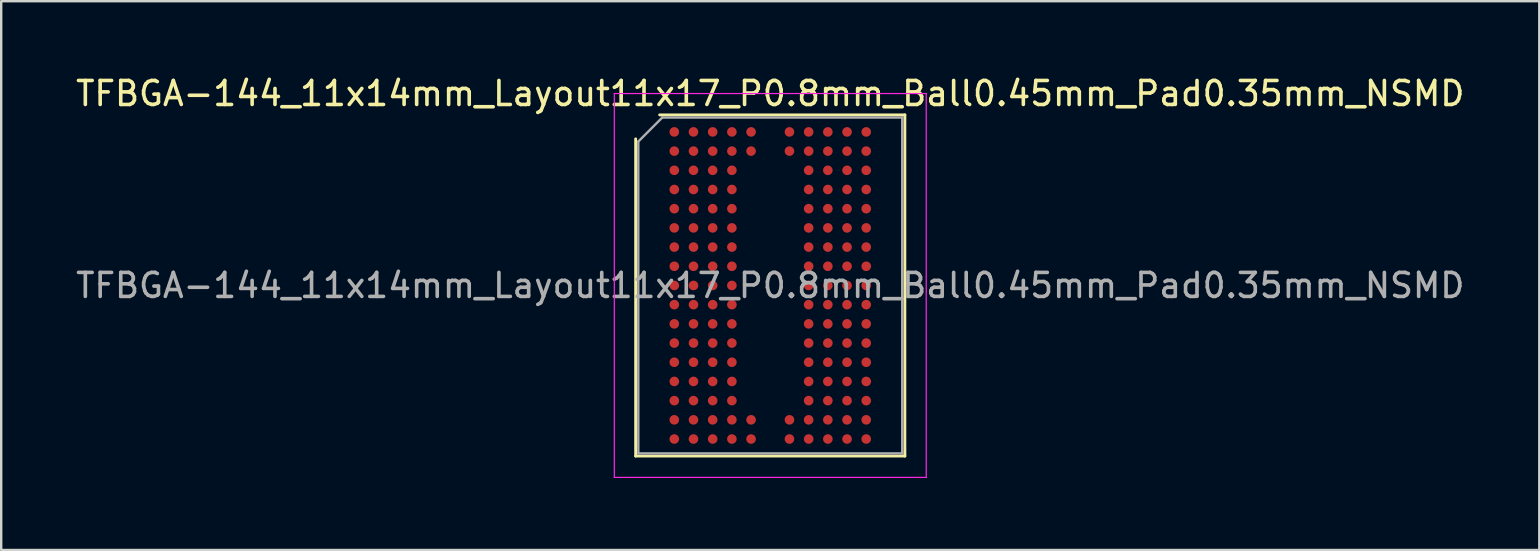
<source format=kicad_pcb>
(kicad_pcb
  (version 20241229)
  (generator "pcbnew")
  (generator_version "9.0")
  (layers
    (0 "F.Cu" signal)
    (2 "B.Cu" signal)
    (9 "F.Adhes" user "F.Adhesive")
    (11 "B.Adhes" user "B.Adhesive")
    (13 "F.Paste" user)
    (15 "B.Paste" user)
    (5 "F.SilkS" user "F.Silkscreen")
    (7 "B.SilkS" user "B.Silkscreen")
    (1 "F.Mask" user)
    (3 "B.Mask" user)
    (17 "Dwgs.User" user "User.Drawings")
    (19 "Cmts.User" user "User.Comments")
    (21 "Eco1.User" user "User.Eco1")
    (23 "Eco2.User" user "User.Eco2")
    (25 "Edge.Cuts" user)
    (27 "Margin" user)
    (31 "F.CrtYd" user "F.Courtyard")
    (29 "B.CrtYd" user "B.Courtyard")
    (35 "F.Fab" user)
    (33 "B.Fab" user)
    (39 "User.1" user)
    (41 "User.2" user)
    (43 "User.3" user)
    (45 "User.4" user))
  (footprint "TFBGA-144_11x14mm_Layout11x17_P0.8mm_Ball0.45mm_Pad0.35mm_NSMD"
    (layer "F.Cu")
    (at 29.054 8.848)
    (property "Reference" "TFBGA-144_11x14mm_Layout11x17_P0.8mm_Ball0.45mm_Pad0.35mm_NSMD" (at 0 -8 0) (layer "F.SilkS") (effects (font (size 1 1) (thickness 0.15))))
    (attr smd)
    (fp_line (start -5.61 7.11) (end -5.61 -6.11) (stroke (width 0.12) (type solid)) (layer "F.SilkS"))
    (fp_line (start -4.61 -7.11) (end 5.61 -7.11) (stroke (width 0.12) (type solid)) (layer "F.SilkS"))
    (fp_line (start 5.61 -7.11) (end 5.61 7.11) (stroke (width 0.12) (type solid)) (layer "F.SilkS"))
    (fp_line (start 5.61 7.11) (end -5.61 7.11) (stroke (width 0.12) (type solid)) (layer "F.SilkS"))
    (fp_line (start -6.5 -8) (end -6.5 8) (stroke (width 0.05) (type solid)) (layer "F.CrtYd"))
    (fp_line (start -6.5 8) (end 6.5 8) (stroke (width 0.05) (type solid)) (layer "F.CrtYd"))
    (fp_line (start 6.5 -8) (end -6.5 -8) (stroke (width 0.05) (type solid)) (layer "F.CrtYd"))
    (fp_line (start 6.5 8) (end 6.5 -8) (stroke (width 0.05) (type solid)) (layer "F.CrtYd"))
    (fp_line (start -5.5 -6) (end -4.5 -7) (stroke (width 0.1) (type solid)) (layer "F.Fab"))
    (fp_line (start -5.5 7) (end -5.5 -6) (stroke (width 0.1) (type solid)) (layer "F.Fab"))
    (fp_line (start -4.5 -7) (end 5.5 -7) (stroke (width 0.1) (type solid)) (layer "F.Fab"))
    (fp_line (start 5.5 -7) (end 5.5 7) (stroke (width 0.1) (type solid)) (layer "F.Fab"))
    (fp_line (start 5.5 7) (end -5.5 7) (stroke (width 0.1) (type solid)) (layer "F.Fab"))
    (fp_text user "${REFERENCE}" (at 0 0 0) (layer "F.Fab") (effects (font (size 1 1) (thickness 0.15))))
    (pad "A1" smd circle (at -4 -6.4) (size 0.4 0.4) (layers "F.Cu" "F.Mask" "F.Paste"))
    (pad "A2" smd circle (at -3.2 -6.4) (size 0.4 0.4) (layers "F.Cu" "F.Mask" "F.Paste"))
    (pad "A3" smd circle (at -2.4 -6.4) (size 0.4 0.4) (layers "F.Cu" "F.Mask" "F.Paste"))
    (pad "A4" smd circle (at -1.6 -6.4) (size 0.4 0.4) (layers "F.Cu" "F.Mask" "F.Paste"))
    (pad "A5" smd circle (at -0.8 -6.4) (size 0.4 0.4) (layers "F.Cu" "F.Mask" "F.Paste"))
    (pad "A7" smd circle (at 0.8 -6.4) (size 0.4 0.4) (layers "F.Cu" "F.Mask" "F.Paste"))
    (pad "A8" smd circle (at 1.6 -6.4) (size 0.4 0.4) (layers "F.Cu" "F.Mask" "F.Paste"))
    (pad "A9" smd circle (at 2.4 -6.4) (size 0.4 0.4) (layers "F.Cu" "F.Mask" "F.Paste"))
    (pad "A10" smd circle (at 3.2 -6.4) (size 0.4 0.4) (layers "F.Cu" "F.Mask" "F.Paste"))
    (pad "A11" smd circle (at 4 -6.4) (size 0.4 0.4) (layers "F.Cu" "F.Mask" "F.Paste"))
    (pad "B1" smd circle (at -4 -5.6) (size 0.4 0.4) (layers "F.Cu" "F.Mask" "F.Paste"))
    (pad "B2" smd circle (at -3.2 -5.6) (size 0.4 0.4) (layers "F.Cu" "F.Mask" "F.Paste"))
    (pad "B3" smd circle (at -2.4 -5.6) (size 0.4 0.4) (layers "F.Cu" "F.Mask" "F.Paste"))
    (pad "B4" smd circle (at -1.6 -5.6) (size 0.4 0.4) (layers "F.Cu" "F.Mask" "F.Paste"))
    (pad "B5" smd circle (at -0.8 -5.6) (size 0.4 0.4) (layers "F.Cu" "F.Mask" "F.Paste"))
    (pad "B7" smd circle (at 0.8 -5.6) (size 0.4 0.4) (layers "F.Cu" "F.Mask" "F.Paste"))
    (pad "B8" smd circle (at 1.6 -5.6) (size 0.4 0.4) (layers "F.Cu" "F.Mask" "F.Paste"))
    (pad "B9" smd circle (at 2.4 -5.6) (size 0.4 0.4) (layers "F.Cu" "F.Mask" "F.Paste"))
    (pad "B10" smd circle (at 3.2 -5.6) (size 0.4 0.4) (layers "F.Cu" "F.Mask" "F.Paste"))
    (pad "B11" smd circle (at 4 -5.6) (size 0.4 0.4) (layers "F.Cu" "F.Mask" "F.Paste"))
    (pad "C1" smd circle (at -4 -4.8) (size 0.4 0.4) (layers "F.Cu" "F.Mask" "F.Paste"))
    (pad "C2" smd circle (at -3.2 -4.8) (size 0.4 0.4) (layers "F.Cu" "F.Mask" "F.Paste"))
    (pad "C3" smd circle (at -2.4 -4.8) (size 0.4 0.4) (layers "F.Cu" "F.Mask" "F.Paste"))
    (pad "C4" smd circle (at -1.6 -4.8) (size 0.4 0.4) (layers "F.Cu" "F.Mask" "F.Paste"))
    (pad "C8" smd circle (at 1.6 -4.8) (size 0.4 0.4) (layers "F.Cu" "F.Mask" "F.Paste"))
    (pad "C9" smd circle (at 2.4 -4.8) (size 0.4 0.4) (layers "F.Cu" "F.Mask" "F.Paste"))
    (pad "C10" smd circle (at 3.2 -4.8) (size 0.4 0.4) (layers "F.Cu" "F.Mask" "F.Paste"))
    (pad "C11" smd circle (at 4 -4.8) (size 0.4 0.4) (layers "F.Cu" "F.Mask" "F.Paste"))
    (pad "D1" smd circle (at -4 -4) (size 0.4 0.4) (layers "F.Cu" "F.Mask" "F.Paste"))
    (pad "D2" smd circle (at -3.2 -4) (size 0.4 0.4) (layers "F.Cu" "F.Mask" "F.Paste"))
    (pad "D3" smd circle (at -2.4 -4) (size 0.4 0.4) (layers "F.Cu" "F.Mask" "F.Paste"))
    (pad "D4" smd circle (at -1.6 -4) (size 0.4 0.4) (layers "F.Cu" "F.Mask" "F.Paste"))
    (pad "D8" smd circle (at 1.6 -4) (size 0.4 0.4) (layers "F.Cu" "F.Mask" "F.Paste"))
    (pad "D9" smd circle (at 2.4 -4) (size 0.4 0.4) (layers "F.Cu" "F.Mask" "F.Paste"))
    (pad "D10" smd circle (at 3.2 -4) (size 0.4 0.4) (layers "F.Cu" "F.Mask" "F.Paste"))
    (pad "D11" smd circle (at 4 -4) (size 0.4 0.4) (layers "F.Cu" "F.Mask" "F.Paste"))
    (pad "E1" smd circle (at -4 -3.2) (size 0.4 0.4) (layers "F.Cu" "F.Mask" "F.Paste"))
    (pad "E2" smd circle (at -3.2 -3.2) (size 0.4 0.4) (layers "F.Cu" "F.Mask" "F.Paste"))
    (pad "E3" smd circle (at -2.4 -3.2) (size 0.4 0.4) (layers "F.Cu" "F.Mask" "F.Paste"))
    (pad "E4" smd circle (at -1.6 -3.2) (size 0.4 0.4) (layers "F.Cu" "F.Mask" "F.Paste"))
    (pad "E8" smd circle (at 1.6 -3.2) (size 0.4 0.4) (layers "F.Cu" "F.Mask" "F.Paste"))
    (pad "E9" smd circle (at 2.4 -3.2) (size 0.4 0.4) (layers "F.Cu" "F.Mask" "F.Paste"))
    (pad "E10" smd circle (at 3.2 -3.2) (size 0.4 0.4) (layers "F.Cu" "F.Mask" "F.Paste"))
    (pad "E11" smd circle (at 4 -3.2) (size 0.4 0.4) (layers "F.Cu" "F.Mask" "F.Paste"))
    (pad "F1" smd circle (at -4 -2.4) (size 0.4 0.4) (layers "F.Cu" "F.Mask" "F.Paste"))
    (pad "F2" smd circle (at -3.2 -2.4) (size 0.4 0.4) (layers "F.Cu" "F.Mask" "F.Paste"))
    (pad "F3" smd circle (at -2.4 -2.4) (size 0.4 0.4) (layers "F.Cu" "F.Mask" "F.Paste"))
    (pad "F4" smd circle (at -1.6 -2.4) (size 0.4 0.4) (layers "F.Cu" "F.Mask" "F.Paste"))
    (pad "F8" smd circle (at 1.6 -2.4) (size 0.4 0.4) (layers "F.Cu" "F.Mask" "F.Paste"))
    (pad "F9" smd circle (at 2.4 -2.4) (size 0.4 0.4) (layers "F.Cu" "F.Mask" "F.Paste"))
    (pad "F10" smd circle (at 3.2 -2.4) (size 0.4 0.4) (layers "F.Cu" "F.Mask" "F.Paste"))
    (pad "F11" smd circle (at 4 -2.4) (size 0.4 0.4) (layers "F.Cu" "F.Mask" "F.Paste"))
    (pad "G1" smd circle (at -4 -1.6) (size 0.4 0.4) (layers "F.Cu" "F.Mask" "F.Paste"))
    (pad "G2" smd circle (at -3.2 -1.6) (size 0.4 0.4) (layers "F.Cu" "F.Mask" "F.Paste"))
    (pad "G3" smd circle (at -2.4 -1.6) (size 0.4 0.4) (layers "F.Cu" "F.Mask" "F.Paste"))
    (pad "G4" smd circle (at -1.6 -1.6) (size 0.4 0.4) (layers "F.Cu" "F.Mask" "F.Paste"))
    (pad "G8" smd circle (at 1.6 -1.6) (size 0.4 0.4) (layers "F.Cu" "F.Mask" "F.Paste"))
    (pad "G9" smd circle (at 2.4 -1.6) (size 0.4 0.4) (layers "F.Cu" "F.Mask" "F.Paste"))
    (pad "G10" smd circle (at 3.2 -1.6) (size 0.4 0.4) (layers "F.Cu" "F.Mask" "F.Paste"))
    (pad "G11" smd circle (at 4 -1.6) (size 0.4 0.4) (layers "F.Cu" "F.Mask" "F.Paste"))
    (pad "H1" smd circle (at -4 -0.8) (size 0.4 0.4) (layers "F.Cu" "F.Mask" "F.Paste"))
    (pad "H2" smd circle (at -3.2 -0.8) (size 0.4 0.4) (layers "F.Cu" "F.Mask" "F.Paste"))
    (pad "H3" smd circle (at -2.4 -0.8) (size 0.4 0.4) (layers "F.Cu" "F.Mask" "F.Paste"))
    (pad "H4" smd circle (at -1.6 -0.8) (size 0.4 0.4) (layers "F.Cu" "F.Mask" "F.Paste"))
    (pad "H8" smd circle (at 1.6 -0.8) (size 0.4 0.4) (layers "F.Cu" "F.Mask" "F.Paste"))
    (pad "H9" smd circle (at 2.4 -0.8) (size 0.4 0.4) (layers "F.Cu" "F.Mask" "F.Paste"))
    (pad "H10" smd circle (at 3.2 -0.8) (size 0.4 0.4) (layers "F.Cu" "F.Mask" "F.Paste"))
    (pad "H11" smd circle (at 4 -0.8) (size 0.4 0.4) (layers "F.Cu" "F.Mask" "F.Paste"))
    (pad "J1" smd circle (at -4 0) (size 0.4 0.4) (layers "F.Cu" "F.Mask" "F.Paste"))
    (pad "J2" smd circle (at -3.2 0) (size 0.4 0.4) (layers "F.Cu" "F.Mask" "F.Paste"))
    (pad "J3" smd circle (at -2.4 0) (size 0.4 0.4) (layers "F.Cu" "F.Mask" "F.Paste"))
    (pad "J4" smd circle (at -1.6 0) (size 0.4 0.4) (layers "F.Cu" "F.Mask" "F.Paste"))
    (pad "J8" smd circle (at 1.6 0) (size 0.4 0.4) (layers "F.Cu" "F.Mask" "F.Paste"))
    (pad "J9" smd circle (at 2.4 0) (size 0.4 0.4) (layers "F.Cu" "F.Mask" "F.Paste"))
    (pad "J10" smd circle (at 3.2 0) (size 0.4 0.4) (layers "F.Cu" "F.Mask" "F.Paste"))
    (pad "J11" smd circle (at 4 0) (size 0.4 0.4) (layers "F.Cu" "F.Mask" "F.Paste"))
    (pad "K1" smd circle (at -4 0.8) (size 0.4 0.4) (layers "F.Cu" "F.Mask" "F.Paste"))
    (pad "K2" smd circle (at -3.2 0.8) (size 0.4 0.4) (layers "F.Cu" "F.Mask" "F.Paste"))
    (pad "K3" smd circle (at -2.4 0.8) (size 0.4 0.4) (layers "F.Cu" "F.Mask" "F.Paste"))
    (pad "K4" smd circle (at -1.6 0.8) (size 0.4 0.4) (layers "F.Cu" "F.Mask" "F.Paste"))
    (pad "K8" smd circle (at 1.6 0.8) (size 0.4 0.4) (layers "F.Cu" "F.Mask" "F.Paste"))
    (pad "K9" smd circle (at 2.4 0.8) (size 0.4 0.4) (layers "F.Cu" "F.Mask" "F.Paste"))
    (pad "K10" smd circle (at 3.2 0.8) (size 0.4 0.4) (layers "F.Cu" "F.Mask" "F.Paste"))
    (pad "K11" smd circle (at 4 0.8) (size 0.4 0.4) (layers "F.Cu" "F.Mask" "F.Paste"))
    (pad "L1" smd circle (at -4 1.6) (size 0.4 0.4) (layers "F.Cu" "F.Mask" "F.Paste"))
    (pad "L2" smd circle (at -3.2 1.6) (size 0.4 0.4) (layers "F.Cu" "F.Mask" "F.Paste"))
    (pad "L3" smd circle (at -2.4 1.6) (size 0.4 0.4) (layers "F.Cu" "F.Mask" "F.Paste"))
    (pad "L4" smd circle (at -1.6 1.6) (size 0.4 0.4) (layers "F.Cu" "F.Mask" "F.Paste"))
    (pad "L8" smd circle (at 1.6 1.6) (size 0.4 0.4) (layers "F.Cu" "F.Mask" "F.Paste"))
    (pad "L9" smd circle (at 2.4 1.6) (size 0.4 0.4) (layers "F.Cu" "F.Mask" "F.Paste"))
    (pad "L10" smd circle (at 3.2 1.6) (size 0.4 0.4) (layers "F.Cu" "F.Mask" "F.Paste"))
    (pad "L11" smd circle (at 4 1.6) (size 0.4 0.4) (layers "F.Cu" "F.Mask" "F.Paste"))
    (pad "M1" smd circle (at -4 2.4) (size 0.4 0.4) (layers "F.Cu" "F.Mask" "F.Paste"))
    (pad "M2" smd circle (at -3.2 2.4) (size 0.4 0.4) (layers "F.Cu" "F.Mask" "F.Paste"))
    (pad "M3" smd circle (at -2.4 2.4) (size 0.4 0.4) (layers "F.Cu" "F.Mask" "F.Paste"))
    (pad "M4" smd circle (at -1.6 2.4) (size 0.4 0.4) (layers "F.Cu" "F.Mask" "F.Paste"))
    (pad "M8" smd circle (at 1.6 2.4) (size 0.4 0.4) (layers "F.Cu" "F.Mask" "F.Paste"))
    (pad "M9" smd circle (at 2.4 2.4) (size 0.4 0.4) (layers "F.Cu" "F.Mask" "F.Paste"))
    (pad "M10" smd circle (at 3.2 2.4) (size 0.4 0.4) (layers "F.Cu" "F.Mask" "F.Paste"))
    (pad "M11" smd circle (at 4 2.4) (size 0.4 0.4) (layers "F.Cu" "F.Mask" "F.Paste"))
    (pad "N1" smd circle (at -4 3.2) (size 0.4 0.4) (layers "F.Cu" "F.Mask" "F.Paste"))
    (pad "N2" smd circle (at -3.2 3.2) (size 0.4 0.4) (layers "F.Cu" "F.Mask" "F.Paste"))
    (pad "N3" smd circle (at -2.4 3.2) (size 0.4 0.4) (layers "F.Cu" "F.Mask" "F.Paste"))
    (pad "N4" smd circle (at -1.6 3.2) (size 0.4 0.4) (layers "F.Cu" "F.Mask" "F.Paste"))
    (pad "N8" smd circle (at 1.6 3.2) (size 0.4 0.4) (layers "F.Cu" "F.Mask" "F.Paste"))
    (pad "N9" smd circle (at 2.4 3.2) (size 0.4 0.4) (layers "F.Cu" "F.Mask" "F.Paste"))
    (pad "N10" smd circle (at 3.2 3.2) (size 0.4 0.4) (layers "F.Cu" "F.Mask" "F.Paste"))
    (pad "N11" smd circle (at 4 3.2) (size 0.4 0.4) (layers "F.Cu" "F.Mask" "F.Paste"))
    (pad "P1" smd circle (at -4 4) (size 0.4 0.4) (layers "F.Cu" "F.Mask" "F.Paste"))
    (pad "P2" smd circle (at -3.2 4) (size 0.4 0.4) (layers "F.Cu" "F.Mask" "F.Paste"))
    (pad "P3" smd circle (at -2.4 4) (size 0.4 0.4) (layers "F.Cu" "F.Mask" "F.Paste"))
    (pad "P4" smd circle (at -1.6 4) (size 0.4 0.4) (layers "F.Cu" "F.Mask" "F.Paste"))
    (pad "P8" smd circle (at 1.6 4) (size 0.4 0.4) (layers "F.Cu" "F.Mask" "F.Paste"))
    (pad "P9" smd circle (at 2.4 4) (size 0.4 0.4) (layers "F.Cu" "F.Mask" "F.Paste"))
    (pad "P10" smd circle (at 3.2 4) (size 0.4 0.4) (layers "F.Cu" "F.Mask" "F.Paste"))
    (pad "P11" smd circle (at 4 4) (size 0.4 0.4) (layers "F.Cu" "F.Mask" "F.Paste"))
    (pad "R1" smd circle (at -4 4.8) (size 0.4 0.4) (layers "F.Cu" "F.Mask" "F.Paste"))
    (pad "R2" smd circle (at -3.2 4.8) (size 0.4 0.4) (layers "F.Cu" "F.Mask" "F.Paste"))
    (pad "R3" smd circle (at -2.4 4.8) (size 0.4 0.4) (layers "F.Cu" "F.Mask" "F.Paste"))
    (pad "R4" smd circle (at -1.6 4.8) (size 0.4 0.4) (layers "F.Cu" "F.Mask" "F.Paste"))
    (pad "R8" smd circle (at 1.6 4.8) (size 0.4 0.4) (layers "F.Cu" "F.Mask" "F.Paste"))
    (pad "R9" smd circle (at 2.4 4.8) (size 0.4 0.4) (layers "F.Cu" "F.Mask" "F.Paste"))
    (pad "R10" smd circle (at 3.2 4.8) (size 0.4 0.4) (layers "F.Cu" "F.Mask" "F.Paste"))
    (pad "R11" smd circle (at 4 4.8) (size 0.4 0.4) (layers "F.Cu" "F.Mask" "F.Paste"))
    (pad "T1" smd circle (at -4 5.6) (size 0.4 0.4) (layers "F.Cu" "F.Mask" "F.Paste"))
    (pad "T2" smd circle (at -3.2 5.6) (size 0.4 0.4) (layers "F.Cu" "F.Mask" "F.Paste"))
    (pad "T3" smd circle (at -2.4 5.6) (size 0.4 0.4) (layers "F.Cu" "F.Mask" "F.Paste"))
    (pad "T4" smd circle (at -1.6 5.6) (size 0.4 0.4) (layers "F.Cu" "F.Mask" "F.Paste"))
    (pad "T5" smd circle (at -0.8 5.6) (size 0.4 0.4) (layers "F.Cu" "F.Mask" "F.Paste"))
    (pad "T7" smd circle (at 0.8 5.6) (size 0.4 0.4) (layers "F.Cu" "F.Mask" "F.Paste"))
    (pad "T8" smd circle (at 1.6 5.6) (size 0.4 0.4) (layers "F.Cu" "F.Mask" "F.Paste"))
    (pad "T9" smd circle (at 2.4 5.6) (size 0.4 0.4) (layers "F.Cu" "F.Mask" "F.Paste"))
    (pad "T10" smd circle (at 3.2 5.6) (size 0.4 0.4) (layers "F.Cu" "F.Mask" "F.Paste"))
    (pad "T11" smd circle (at 4 5.6) (size 0.4 0.4) (layers "F.Cu" "F.Mask" "F.Paste"))
    (pad "U1" smd circle (at -4 6.4) (size 0.4 0.4) (layers "F.Cu" "F.Mask" "F.Paste"))
    (pad "U2" smd circle (at -3.2 6.4) (size 0.4 0.4) (layers "F.Cu" "F.Mask" "F.Paste"))
    (pad "U3" smd circle (at -2.4 6.4) (size 0.4 0.4) (layers "F.Cu" "F.Mask" "F.Paste"))
    (pad "U4" smd circle (at -1.6 6.4) (size 0.4 0.4) (layers "F.Cu" "F.Mask" "F.Paste"))
    (pad "U5" smd circle (at -0.8 6.4) (size 0.4 0.4) (layers "F.Cu" "F.Mask" "F.Paste"))
    (pad "U7" smd circle (at 0.8 6.4) (size 0.4 0.4) (layers "F.Cu" "F.Mask" "F.Paste"))
    (pad "U8" smd circle (at 1.6 6.4) (size 0.4 0.4) (layers "F.Cu" "F.Mask" "F.Paste"))
    (pad "U9" smd circle (at 2.4 6.4) (size 0.4 0.4) (layers "F.Cu" "F.Mask" "F.Paste"))
    (pad "U10" smd circle (at 3.2 6.4) (size 0.4 0.4) (layers "F.Cu" "F.Mask" "F.Paste"))
    (pad "U11" smd circle (at 4 6.4) (size 0.4 0.4) (layers "F.Cu" "F.Mask" "F.Paste")))
  (gr_rect
    (start -3 -3)
    (end 61.107 19.873)
    (stroke (width 0.1) (type default))
    (fill no)
    (layer "Edge.Cuts")))
</source>
